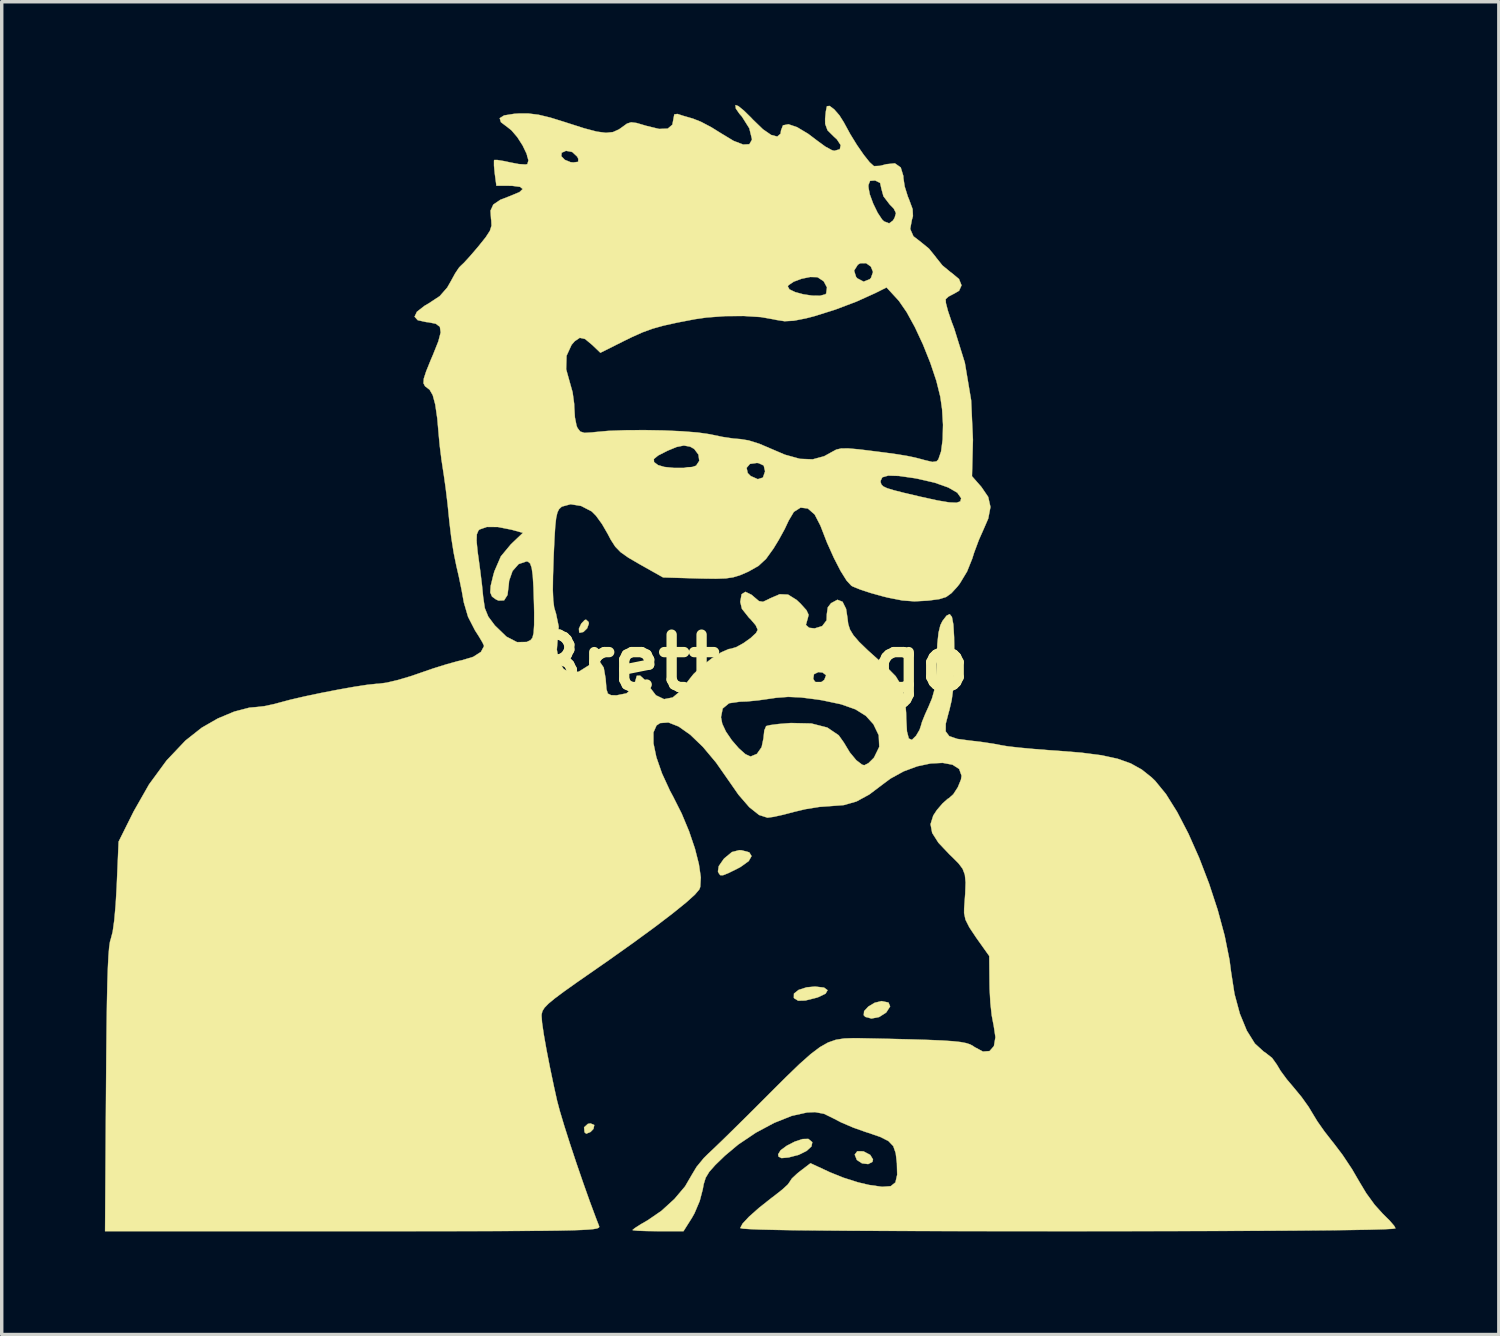
<source format=kicad_pcb>
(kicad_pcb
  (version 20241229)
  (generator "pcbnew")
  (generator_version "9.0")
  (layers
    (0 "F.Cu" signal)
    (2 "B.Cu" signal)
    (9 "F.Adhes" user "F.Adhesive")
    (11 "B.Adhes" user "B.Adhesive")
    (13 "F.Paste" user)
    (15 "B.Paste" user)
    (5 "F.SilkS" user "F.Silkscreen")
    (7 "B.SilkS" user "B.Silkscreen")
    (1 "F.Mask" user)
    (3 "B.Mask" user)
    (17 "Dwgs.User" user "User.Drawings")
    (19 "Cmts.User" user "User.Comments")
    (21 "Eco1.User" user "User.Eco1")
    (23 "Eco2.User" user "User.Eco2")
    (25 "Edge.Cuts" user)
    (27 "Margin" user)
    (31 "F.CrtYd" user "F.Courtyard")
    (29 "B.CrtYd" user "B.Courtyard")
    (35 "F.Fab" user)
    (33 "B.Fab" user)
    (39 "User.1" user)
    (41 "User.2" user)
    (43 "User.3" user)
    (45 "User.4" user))
  (footprint "Brett-Logo"
    (layer "F.Cu")
    (at 18.727 16.236)
    (property "Reference" "Brett-Logo" (at 0 0 0) (layer "F.SilkS") (effects (font (size 1.524 1.524) (thickness 0.3))))
    (attr through_hole)
    (fp_poly (pts (xy -4.499 13.423) (xy -4.523 13.536) (xy -4.607 13.625) (xy -4.733 13.676) (xy -4.781 13.635) (xy -4.795 13.49) (xy -4.685 13.39) (xy -4.609 13.377) (xy -4.499 13.423)) (stroke (width 0.01) (type solid)) (fill yes) (layer "F.SilkS"))
    (fp_poly (pts (xy -4.664 -1.202) (xy -4.657 -1.153) (xy -4.706 -1.018) (xy -4.815 -0.912) (xy -4.92 -0.889) (xy -4.937 -0.901) (xy -4.945 -1.008) (xy -4.877 -1.154) (xy -4.778 -1.258) (xy -4.738 -1.27) (xy -4.664 -1.202)) (stroke (width 0.01) (type solid)) (fill yes) (layer "F.SilkS"))
    (fp_poly (pts (xy 3.325 14.188) (xy 3.33 14.19) (xy 3.524 14.292) (xy 3.605 14.424) (xy 3.588 14.495) (xy 3.464 14.559) (xy 3.285 14.537) (xy 3.136 14.439) (xy 3.074 14.284) (xy 3.147 14.186) (xy 3.325 14.188)) (stroke (width 0.01) (type solid)) (fill yes) (layer "F.SilkS"))
    (fp_poly (pts (xy 2.182 9.428) (xy 2.284 9.503) (xy 2.226 9.604) (xy 2.005 9.709) (xy 1.959 9.723) (xy 1.634 9.804) (xy 1.429 9.809) (xy 1.315 9.739) (xy 1.304 9.724) (xy 1.307 9.602) (xy 1.443 9.495) (xy 1.676 9.42) (xy 1.921 9.398) (xy 2.182 9.428)) (stroke (width 0.01) (type solid)) (fill yes) (layer "F.SilkS"))
    (fp_poly (pts (xy 4.055 9.862) (xy 4.103 9.975) (xy 3.994 10.145) (xy 3.982 10.157) (xy 3.784 10.283) (xy 3.562 10.327) (xy 3.383 10.28) (xy 3.336 10.231) (xy 3.347 10.112) (xy 3.47 9.979) (xy 3.654 9.869) (xy 3.851 9.821) (xy 3.857 9.821) (xy 4.055 9.862)) (stroke (width 0.01) (type solid)) (fill yes) (layer "F.SilkS"))
    (fp_poly (pts (xy 1.727 13.828) (xy 1.84 13.922) (xy 1.816 14.046) (xy 1.676 14.175) (xy 1.445 14.29) (xy 1.152 14.366) (xy 0.946 14.385) (xy 0.859 14.342) (xy 0.847 14.276) (xy 0.919 14.158) (xy 1.099 14.025) (xy 1.331 13.906) (xy 1.558 13.831) (xy 1.724 13.827) (xy 1.727 13.828)) (stroke (width 0.01) (type solid)) (fill yes) (layer "F.SilkS"))
    (fp_poly (pts (xy -0.214 5.436) (xy 0.007 5.495) (xy 0.074 5.604) (xy -0.009 5.75) (xy -0.24 5.916) (xy -0.33 5.965) (xy -0.6 6.099) (xy -0.757 6.161) (xy -0.839 6.158) (xy -0.884 6.094) (xy -0.903 6.049) (xy -0.879 5.896) (xy -0.737 5.691) (xy -0.711 5.664) (xy -0.495 5.486) (xy -0.282 5.432) (xy -0.214 5.436)) (stroke (width 0.01) (type solid)) (fill yes) (layer "F.SilkS"))
    (fp_poly (pts (xy -0.311 -16.202) (xy -0.15 -16.072) (xy 0.06 -15.866) (xy 0.114 -15.808) (xy 0.405 -15.527) (xy 0.646 -15.361) (xy 0.821 -15.316) (xy 0.918 -15.398) (xy 0.931 -15.494) (xy 0.988 -15.642) (xy 1.147 -15.673) (xy 1.396 -15.589) (xy 1.719 -15.396) (xy 1.998 -15.185) (xy 2.22 -15.023) (xy 2.408 -14.921) (xy 2.48 -14.901) (xy 2.641 -14.947) (xy 2.666 -15.066) (xy 2.555 -15.235) (xy 2.465 -15.317) (xy 2.283 -15.498) (xy 2.215 -15.684) (xy 2.213 -15.833) (xy 2.235 -16.051) (xy 2.264 -16.191) (xy 2.267 -16.198) (xy 2.344 -16.206) (xy 2.477 -16.106) (xy 2.628 -15.933) (xy 2.761 -15.722) (xy 2.769 -15.706) (xy 2.943 -15.387) (xy 3.14 -15.067) (xy 3.337 -14.783) (xy 3.507 -14.569) (xy 3.626 -14.461) (xy 3.641 -14.456) (xy 3.811 -14.464) (xy 3.994 -14.512) (xy 4.241 -14.537) (xy 4.411 -14.418) (xy 4.487 -14.169) (xy 4.489 -14.108) (xy 4.526 -13.864) (xy 4.617 -13.573) (xy 4.655 -13.481) (xy 4.756 -13.207) (xy 4.766 -13.003) (xy 4.736 -12.898) (xy 4.686 -12.63) (xy 4.779 -12.418) (xy 5.004 -12.243) (xy 5.23 -12.059) (xy 5.423 -11.822) (xy 5.433 -11.806) (xy 5.623 -11.569) (xy 5.866 -11.368) (xy 5.89 -11.353) (xy 6.105 -11.174) (xy 6.179 -10.991) (xy 6.108 -10.833) (xy 5.977 -10.756) (xy 5.801 -10.664) (xy 5.718 -10.589) (xy 5.724 -10.476) (xy 5.784 -10.246) (xy 5.888 -9.938) (xy 5.964 -9.738) (xy 6.275 -8.74) (xy 6.458 -7.651) (xy 6.51 -6.499) (xy 6.507 -6.382) (xy 6.483 -5.44) (xy 6.755 -5.13) (xy 6.954 -4.839) (xy 7.02 -4.545) (xy 6.955 -4.208) (xy 6.827 -3.913) (xy 6.682 -3.586) (xy 6.543 -3.212) (xy 6.491 -3.046) (xy 6.34 -2.67) (xy 6.126 -2.316) (xy 6.058 -2.229) (xy 5.885 -2.04) (xy 5.731 -1.929) (xy 5.537 -1.868) (xy 5.243 -1.828) (xy 5.185 -1.822) (xy 4.81 -1.802) (xy 4.455 -1.829) (xy 4.043 -1.91) (xy 3.893 -1.947) (xy 3.54 -2.045) (xy 3.23 -2.147) (xy 3.017 -2.234) (xy 2.977 -2.256) (xy 2.838 -2.406) (xy 2.663 -2.686) (xy 2.468 -3.065) (xy 2.267 -3.513) (xy 2.079 -3.998) (xy 2.075 -4.007) (xy 1.91 -4.327) (xy 1.71 -4.502) (xy 1.5 -4.528) (xy 1.303 -4.403) (xy 1.152 -4.148) (xy 1.036 -3.901) (xy 0.865 -3.59) (xy 0.715 -3.343) (xy 0.496 -3.038) (xy 0.275 -2.833) (xy -0.013 -2.67) (xy -0.052 -2.652) (xy -0.266 -2.56) (xy -0.459 -2.502) (xy -0.676 -2.47) (xy -0.961 -2.46) (xy -1.358 -2.465) (xy -1.505 -2.469) (xy -2.498 -2.498) (xy -3.175 -2.879) (xy -3.508 -3.073) (xy -3.733 -3.232) (xy -3.889 -3.393) (xy -4.021 -3.598) (xy -4.106 -3.761) (xy -4.272 -4.048) (xy -4.447 -4.29) (xy -4.572 -4.416) (xy -4.881 -4.576) (xy -5.187 -4.626) (xy -5.437 -4.558) (xy -5.459 -4.543) (xy -5.524 -4.481) (xy -5.571 -4.385) (xy -5.607 -4.229) (xy -5.634 -3.987) (xy -5.656 -3.631) (xy -5.679 -3.135) (xy -5.681 -3.082) (xy -5.699 -2.535) (xy -5.704 -2.129) (xy -5.692 -1.835) (xy -5.665 -1.624) (xy -5.619 -1.468) (xy -5.613 -1.454) (xy -5.533 -1.07) (xy -5.555 -0.815) (xy -5.587 -0.397) (xy -5.527 -0.065) (xy -5.391 0.164) (xy -5.194 0.272) (xy -4.952 0.243) (xy -4.73 0.105) (xy -4.5 -0.042) (xy -4.333 -0.036) (xy -4.224 0.125) (xy -4.169 0.445) (xy -4.165 0.496) (xy -4.145 0.751) (xy -4.104 0.88) (xy -4.011 0.926) (xy -3.854 0.931) (xy -3.564 0.873) (xy -3.368 0.714) (xy -3.302 0.502) (xy -3.263 0.362) (xy -3.164 0.358) (xy -3.029 0.482) (xy -2.921 0.649) (xy -2.708 0.928) (xy -2.47 1.042) (xy -2.219 0.993) (xy -1.964 0.781) (xy -1.783 0.527) (xy -1.722 0.45) (xy 1.867 0.45) (xy 1.919 0.536) (xy 2.049 0.587) (xy 2.19 0.479) (xy 2.241 0.345) (xy 2.139 0.267) (xy 2.018 0.254) (xy 1.889 0.316) (xy 1.867 0.45) (xy -1.722 0.45) (xy -1.614 0.313) (xy -1.365 0.078) (xy -1.083 -0.144) (xy -0.81 -0.319) (xy -0.59 -0.415) (xy -0.53 -0.423) (xy -0.37 -0.471) (xy -0.159 -0.588) (xy 0.051 -0.738) (xy 0.205 -0.883) (xy 0.254 -0.974) (xy 0.195 -1.107) (xy 0.048 -1.28) (xy 0 -1.326) (xy -0.206 -1.586) (xy -0.254 -1.787) (xy -0.215 -2.009) (xy -0.104 -2.079) (xy 0.072 -1.994) (xy 0.139 -1.937) (xy 0.29 -1.809) (xy 0.407 -1.789) (xy 0.573 -1.867) (xy 0.605 -1.885) (xy 0.893 -2.009) (xy 1.136 -1.998) (xy 1.382 -1.845) (xy 1.495 -1.739) (xy 1.67 -1.545) (xy 1.733 -1.41) (xy 1.703 -1.288) (xy 1.701 -1.285) (xy 1.654 -1.117) (xy 1.749 -1.033) (xy 1.909 -1.016) (xy 2.128 -1.083) (xy 2.256 -1.251) (xy 2.263 -1.434) (xy 2.291 -1.627) (xy 2.385 -1.748) (xy 2.571 -1.848) (xy 2.72 -1.79) (xy 2.822 -1.584) (xy 2.862 -1.323) (xy 2.884 -1.144) (xy 2.935 -0.983) (xy 3.035 -0.817) (xy 3.202 -0.623) (xy 3.455 -0.378) (xy 3.811 -0.059) (xy 4.005 0.111) (xy 4.265 0.375) (xy 4.435 0.654) (xy 4.53 0.994) (xy 4.568 1.439) (xy 4.571 1.609) (xy 4.592 1.979) (xy 4.646 2.185) (xy 4.735 2.226) (xy 4.857 2.106) (xy 4.959 1.933) (xy 4.996 1.823) (xy 5.03 1.704) (xy 5.118 1.486) (xy 5.216 1.27) (xy 5.319 1.024) (xy 5.387 0.784) (xy 5.428 0.498) (xy 5.45 0.118) (xy 5.457 -0.102) (xy 5.476 -0.564) (xy 5.51 -0.888) (xy 5.564 -1.108) (xy 5.624 -1.23) (xy 5.745 -1.387) (xy 5.836 -1.43) (xy 5.9 -1.347) (xy 5.941 -1.128) (xy 5.963 -0.761) (xy 5.969 -0.247) (xy 5.962 0.304) (xy 5.938 0.727) (xy 5.893 1.067) (xy 5.824 1.364) (xy 5.808 1.415) (xy 5.72 1.755) (xy 5.718 1.979) (xy 5.822 2.117) (xy 6.055 2.197) (xy 6.419 2.246) (xy 6.774 2.288) (xy 7.117 2.34) (xy 7.324 2.38) (xy 7.529 2.414) (xy 7.863 2.452) (xy 8.286 2.491) (xy 8.756 2.528) (xy 8.941 2.54) (xy 9.666 2.598) (xy 10.249 2.673) (xy 10.718 2.775) (xy 11.098 2.91) (xy 11.418 3.088) (xy 11.705 3.317) (xy 11.807 3.415) (xy 12.122 3.8) (xy 12.449 4.323) (xy 12.775 4.951) (xy 13.088 5.656) (xy 13.376 6.406) (xy 13.627 7.171) (xy 13.829 7.919) (xy 13.97 8.622) (xy 14.016 8.975) (xy 14.115 9.611) (xy 14.271 10.188) (xy 14.472 10.677) (xy 14.707 11.054) (xy 14.966 11.291) (xy 14.998 11.309) (xy 15.207 11.472) (xy 15.347 11.667) (xy 15.455 11.849) (xy 15.638 12.097) (xy 15.83 12.324) (xy 16.061 12.604) (xy 16.268 12.893) (xy 16.383 13.084) (xy 16.523 13.315) (xy 16.731 13.611) (xy 16.966 13.912) (xy 16.986 13.935) (xy 17.256 14.291) (xy 17.532 14.706) (xy 17.736 15.057) (xy 17.944 15.404) (xy 18.189 15.741) (xy 18.419 15.996) (xy 18.424 16.002) (xy 18.623 16.198) (xy 18.758 16.355) (xy 18.796 16.427) (xy 18.712 16.441) (xy 18.461 16.454) (xy 18.046 16.466) (xy 17.469 16.476) (xy 16.734 16.485) (xy 15.843 16.493) (xy 14.798 16.499) (xy 13.602 16.504) (xy 12.257 16.507) (xy 10.767 16.509) (xy 9.271 16.51) (xy 7.668 16.509) (xy 6.228 16.508) (xy 4.948 16.505) (xy 3.822 16.501) (xy 2.845 16.496) (xy 2.012 16.489) (xy 1.317 16.482) (xy 0.757 16.472) (xy 0.324 16.462) (xy 0.016 16.449) (xy -0.175 16.436) (xy -0.252 16.42) (xy -0.254 16.417) (xy -0.187 16.29) (xy 0.001 16.089) (xy 0.288 15.834) (xy 0.655 15.543) (xy 0.741 15.479) (xy 0.969 15.299) (xy 1.129 15.152) (xy 1.185 15.072) (xy 1.247 14.978) (xy 1.403 14.832) (xy 1.487 14.765) (xy 1.788 14.535) (xy 2.355 14.798) (xy 2.742 14.954) (xy 3.173 15.091) (xy 3.487 15.165) (xy 3.871 15.22) (xy 4.119 15.202) (xy 4.257 15.092) (xy 4.308 14.871) (xy 4.3 14.534) (xy 4.266 14.242) (xy 4.195 14.038) (xy 4.056 13.891) (xy 3.819 13.77) (xy 3.451 13.644) (xy 3.39 13.625) (xy 3.034 13.499) (xy 2.681 13.348) (xy 2.468 13.237) (xy 2.182 13.097) (xy 1.92 13.048) (xy 1.688 13.058) (xy 1.242 13.157) (xy 0.731 13.361) (xy 0.197 13.647) (xy -0.315 13.992) (xy -0.703 14.317) (xy -0.98 14.585) (xy -1.156 14.784) (xy -1.26 14.956) (xy -1.318 15.143) (xy -1.345 15.293) (xy -1.434 15.633) (xy -1.584 15.987) (xy -1.658 16.119) (xy -1.905 16.51) (xy -2.646 16.51) (xy -2.976 16.506) (xy -3.231 16.497) (xy -3.371 16.483) (xy -3.387 16.476) (xy -3.319 16.42) (xy -3.144 16.308) (xy -2.942 16.191) (xy -2.546 15.919) (xy -2.169 15.575) (xy -1.858 15.207) (xy -1.661 14.869) (xy -1.524 14.64) (xy -1.313 14.383) (xy -1.178 14.25) (xy -1.014 14.096) (xy -0.753 13.845) (xy -0.419 13.517) (xy -0.032 13.135) (xy 0.383 12.721) (xy 0.585 12.518) (xy 1.076 12.029) (xy 1.471 11.648) (xy 1.792 11.363) (xy 2.06 11.16) (xy 2.298 11.025) (xy 2.527 10.945) (xy 2.769 10.907) (xy 3.045 10.898) (xy 3.217 10.9) (xy 4.028 10.917) (xy 4.687 10.933) (xy 5.211 10.949) (xy 5.619 10.966) (xy 5.927 10.987) (xy 6.152 11.011) (xy 6.314 11.042) (xy 6.427 11.079) (xy 6.512 11.124) (xy 6.554 11.155) (xy 6.802 11.288) (xy 6.995 11.273) (xy 7.121 11.128) (xy 7.165 10.87) (xy 7.112 10.516) (xy 7.105 10.489) (xy 7.057 10.234) (xy 7.018 9.874) (xy 6.996 9.47) (xy 6.993 9.313) (xy 6.985 8.509) (xy 6.608 7.979) (xy 6.406 7.676) (xy 6.294 7.453) (xy 6.254 7.261) (xy 6.255 7.132) (xy 6.287 6.686) (xy 6.298 6.37) (xy 6.276 6.146) (xy 6.211 5.974) (xy 6.093 5.817) (xy 5.911 5.634) (xy 5.829 5.556) (xy 5.507 5.216) (xy 5.326 4.931) (xy 5.278 4.677) (xy 5.357 4.426) (xy 5.462 4.266) (xy 5.629 4.072) (xy 5.775 3.942) (xy 5.812 3.921) (xy 5.94 3.807) (xy 6.071 3.604) (xy 6.162 3.383) (xy 6.181 3.27) (xy 6.11 3.071) (xy 5.917 2.947) (xy 5.631 2.894) (xy 5.279 2.911) (xy 4.891 2.994) (xy 4.494 3.141) (xy 4.116 3.349) (xy 3.923 3.492) (xy 3.497 3.813) (xy 3.124 4.016) (xy 2.758 4.121) (xy 2.395 4.149) (xy 2.048 4.174) (xy 1.639 4.24) (xy 1.312 4.318) (xy 0.992 4.402) (xy 0.715 4.463) (xy 0.539 4.487) (xy 0.536 4.487) (xy 0.293 4.409) (xy 0.008 4.182) (xy -0.307 3.818) (xy -0.574 3.434) (xy -0.957 2.886) (xy -1.339 2.43) (xy -1.707 2.076) (xy -2.047 1.836) (xy -2.344 1.719) (xy -2.586 1.737) (xy -2.69 1.807) (xy -2.779 2.009) (xy -2.778 2.325) (xy -2.694 2.73) (xy -2.531 3.199) (xy -2.297 3.707) (xy -2.207 3.874) (xy -1.957 4.37) (xy -1.743 4.883) (xy -1.573 5.384) (xy -1.457 5.841) (xy -1.402 6.223) (xy -1.418 6.5) (xy -1.445 6.573) (xy -1.572 6.723) (xy -1.833 6.958) (xy -2.219 7.27) (xy -2.722 7.654) (xy -3.334 8.102) (xy -4.045 8.608) (xy -4.487 8.916) (xy -4.991 9.266) (xy -5.371 9.536) (xy -5.646 9.741) (xy -5.832 9.895) (xy -5.946 10.013) (xy -6.006 10.11) (xy -6.029 10.2) (xy -6.032 10.247) (xy -6.017 10.448) (xy -5.968 10.785) (xy -5.89 11.226) (xy -5.789 11.744) (xy -5.671 12.307) (xy -5.58 12.718) (xy -5.499 13.022) (xy -5.371 13.449) (xy -5.208 13.961) (xy -5.022 14.522) (xy -4.824 15.097) (xy -4.628 15.649) (xy -4.445 16.141) (xy -4.359 16.362) (xy -4.355 16.388) (xy -4.373 16.411) (xy -4.423 16.431) (xy -4.516 16.448) (xy -4.662 16.462) (xy -4.871 16.474) (xy -5.155 16.484) (xy -5.523 16.492) (xy -5.985 16.498) (xy -6.553 16.502) (xy -7.237 16.506) (xy -8.047 16.508) (xy -8.993 16.509) (xy -10.087 16.51) (xy -11.338 16.51) (xy -11.511 16.51) (xy -18.722 16.51) (xy -18.694 12.383) (xy -18.686 11.386) (xy -18.677 10.546) (xy -18.667 9.85) (xy -18.655 9.286) (xy -18.64 8.841) (xy -18.623 8.502) (xy -18.603 8.258) (xy -18.579 8.094) (xy -18.552 8.001) (xy -18.501 7.806) (xy -18.454 7.468) (xy -18.414 7.015) (xy -18.383 6.472) (xy -18.383 6.466) (xy -18.328 5.184) (xy -17.891 4.307) (xy -17.443 3.52) (xy -16.933 2.824) (xy -16.385 2.246) (xy -15.913 1.873) (xy -15.447 1.605) (xy -15.351 1.565) (xy -0.815 1.565) (xy -0.778 1.757) (xy -0.672 1.984) (xy -0.5 2.236) (xy -0.298 2.469) (xy -0.104 2.642) (xy 0.045 2.709) (xy 0.046 2.709) (xy 0.23 2.633) (xy 0.367 2.437) (xy 0.423 2.169) (xy 0.423 2.158) (xy 0.445 1.95) (xy 0.497 1.828) (xy 0.503 1.823) (xy 0.622 1.795) (xy 0.861 1.764) (xy 1.172 1.739) (xy 1.22 1.736) (xy 1.812 1.749) (xy 2.275 1.867) (xy 2.607 2.091) (xy 2.757 2.302) (xy 2.93 2.589) (xy 3.119 2.817) (xy 3.289 2.947) (xy 3.353 2.963) (xy 3.474 2.902) (xy 3.624 2.753) (xy 3.635 2.74) (xy 3.787 2.428) (xy 3.772 2.091) (xy 3.617 1.769) (xy 3.398 1.527) (xy 3.094 1.337) (xy 2.677 1.19) (xy 2.124 1.073) (xy 1.974 1.05) (xy 1.51 0.991) (xy 1.14 0.975) (xy 0.794 1.001) (xy 0.615 1.027) (xy 0.269 1.076) (xy -0.058 1.108) (xy -0.265 1.115) (xy -0.579 1.16) (xy -0.765 1.313) (xy -0.815 1.565) (xy -15.351 1.565) (xy -14.967 1.404) (xy -14.526 1.289) (xy -14.309 1.27) (xy -14.095 1.246) (xy -13.808 1.185) (xy -13.668 1.147) (xy -13.33 1.057) (xy -12.902 0.958) (xy -12.425 0.858) (xy -11.939 0.764) (xy -11.483 0.683) (xy -11.099 0.624) (xy -10.826 0.595) (xy -10.767 0.593) (xy -10.539 0.563) (xy -10.207 0.485) (xy -9.824 0.371) (xy -9.593 0.291) (xy -9.191 0.152) (xy -8.797 0.029) (xy -8.469 -0.062) (xy -8.34 -0.091) (xy -8.017 -0.189) (xy -7.794 -0.332) (xy -7.705 -0.498) (xy -7.705 -0.51) (xy -7.748 -0.605) (xy -7.859 -0.792) (xy -7.966 -0.958) (xy -8.168 -1.351) (xy -8.291 -1.77) (xy -8.296 -1.798) (xy -8.354 -2.122) (xy -8.435 -2.516) (xy -8.509 -2.836) (xy -8.586 -3.214) (xy -8.64 -3.554) (xy -7.921 -3.554) (xy -7.89 -3.24) (xy -7.867 -3.078) (xy -7.813 -2.677) (xy -7.763 -2.266) (xy -7.73 -1.933) (xy -7.73 -1.933) (xy -7.682 -1.606) (xy -7.581 -1.358) (xy -7.389 -1.101) (xy -7.388 -1.1) (xy -7.053 -0.776) (xy -6.744 -0.616) (xy -6.464 -0.621) (xy -6.352 -0.674) (xy -6.297 -0.742) (xy -6.262 -0.881) (xy -6.247 -1.118) (xy -6.246 -1.482) (xy -6.251 -1.71) (xy -6.266 -2.203) (xy -6.287 -2.55) (xy -6.318 -2.775) (xy -6.363 -2.903) (xy -6.427 -2.957) (xy -6.473 -2.963) (xy -6.698 -2.886) (xy -6.876 -2.684) (xy -6.975 -2.401) (xy -6.984 -2.298) (xy -7.022 -1.987) (xy -7.121 -1.831) (xy -7.284 -1.825) (xy -7.357 -1.858) (xy -7.472 -1.942) (xy -7.523 -2.061) (xy -7.51 -2.252) (xy -7.437 -2.553) (xy -7.403 -2.674) (xy -7.215 -3.109) (xy -6.922 -3.462) (xy -6.573 -3.794) (xy -6.906 -3.886) (xy -7.301 -3.964) (xy -7.622 -3.966) (xy -7.834 -3.892) (xy -7.867 -3.861) (xy -7.914 -3.75) (xy -7.921 -3.554) (xy -8.64 -3.554) (xy -8.658 -3.672) (xy -8.712 -4.121) (xy -8.719 -4.191) (xy -8.763 -4.629) (xy -8.819 -5.092) (xy -8.848 -5.3) (xy 3.823 -5.3) (xy 3.827 -5.265) (xy 3.849 -5.199) (xy 3.902 -5.145) (xy 4.014 -5.092) (xy 4.21 -5.032) (xy 4.517 -4.954) (xy 4.961 -4.85) (xy 4.995 -4.842) (xy 5.479 -4.736) (xy 5.819 -4.679) (xy 6.034 -4.67) (xy 6.144 -4.708) (xy 6.167 -4.794) (xy 6.166 -4.805) (xy 6.055 -4.962) (xy 5.794 -5.113) (xy 5.401 -5.252) (xy 4.894 -5.369) (xy 4.811 -5.384) (xy 4.356 -5.449) (xy 4.049 -5.458) (xy 3.875 -5.409) (xy 3.823 -5.3) (xy -8.848 -5.3) (xy -8.875 -5.49) (xy -8.884 -5.546) (xy -8.941 -5.923) (xy -8.943 -5.94) (xy -2.767 -5.94) (xy -2.761 -5.852) (xy -2.646 -5.764) (xy -2.462 -5.71) (xy -2.188 -5.682) (xy -1.892 -5.682) (xy -1.875 -5.684) (xy -0.07 -5.684) (xy -0.037 -5.532) (xy 0.048 -5.446) (xy 0.256 -5.354) (xy 0.405 -5.401) (xy 0.466 -5.578) (xy 0.466 -5.589) (xy 0.428 -5.751) (xy 0.284 -5.819) (xy 0.232 -5.827) (xy 0.027 -5.798) (xy -0.07 -5.684) (xy -1.875 -5.684) (xy -1.645 -5.71) (xy -1.538 -5.747) (xy -1.446 -5.887) (xy -1.47 -6.069) (xy -1.593 -6.233) (xy -1.712 -6.3) (xy -1.895 -6.333) (xy -2.105 -6.291) (xy -2.368 -6.182) (xy -2.641 -6.043) (xy -2.767 -5.94) (xy -8.943 -5.94) (xy -8.989 -6.305) (xy -9.014 -6.562) (xy -9.063 -7.119) (xy -9.122 -7.525) (xy -9.195 -7.797) (xy -9.285 -7.953) (xy -9.325 -7.985) (xy -9.419 -8.057) (xy -9.464 -8.143) (xy -9.455 -8.278) (xy -9.386 -8.491) (xy -9.361 -8.552) (xy -5.317 -8.552) (xy -5.207 -8.157) (xy -5.129 -7.88) (xy -5.084 -7.548) (xy -5.08 -7.435) (xy -5.062 -7.15) (xy -5.015 -6.913) (xy -4.987 -6.843) (xy -4.907 -6.739) (xy -4.782 -6.7) (xy -4.557 -6.714) (xy -4.493 -6.722) (xy -4.097 -6.758) (xy -3.601 -6.777) (xy -3.05 -6.781) (xy -2.485 -6.771) (xy -1.952 -6.747) (xy -1.492 -6.711) (xy -1.15 -6.662) (xy -1.101 -6.652) (xy -0.763 -6.582) (xy -0.446 -6.535) (xy -0.254 -6.52) (xy -0.012 -6.481) (xy 0.296 -6.385) (xy 0.508 -6.295) (xy 1.044 -6.066) (xy 1.482 -5.945) (xy 1.852 -5.931) (xy 2.185 -6.021) (xy 2.417 -6.149) (xy 2.539 -6.215) (xy 2.681 -6.247) (xy 2.883 -6.249) (xy 3.188 -6.222) (xy 3.412 -6.195) (xy 3.929 -6.13) (xy 4.314 -6.077) (xy 4.604 -6.029) (xy 4.833 -5.981) (xy 5.04 -5.927) (xy 5.108 -5.908) (xy 5.331 -5.855) (xy 5.452 -5.872) (xy 5.505 -5.929) (xy 5.585 -6.161) (xy 5.631 -6.513) (xy 5.641 -6.937) (xy 5.614 -7.388) (xy 5.562 -7.753) (xy 5.447 -8.215) (xy 5.273 -8.734) (xy 5.059 -9.269) (xy 4.823 -9.775) (xy 4.584 -10.211) (xy 4.361 -10.534) (xy 4.316 -10.585) (xy 3.999 -10.929) (xy 3.671 -10.765) (xy 3.12 -10.516) (xy 2.5 -10.282) (xy 1.897 -10.093) (xy 1.657 -10.031) (xy 1.3 -9.961) (xy 1.033 -9.947) (xy 0.786 -9.986) (xy 0.738 -9.998) (xy 0.348 -10.067) (xy -0.149 -10.099) (xy -0.696 -10.095) (xy -1.233 -10.055) (xy -1.566 -10.007) (xy -2.087 -9.907) (xy -2.486 -9.819) (xy -2.808 -9.729) (xy -3.098 -9.623) (xy -3.402 -9.487) (xy -3.621 -9.38) (xy -4.321 -9.03) (xy -4.557 -9.256) (xy -4.765 -9.429) (xy -4.92 -9.465) (xy -5.068 -9.365) (xy -5.159 -9.26) (xy -5.305 -8.942) (xy -5.317 -8.552) (xy -9.361 -8.552) (xy -9.255 -8.815) (xy -9.185 -8.978) (xy -9.032 -9.362) (xy -8.964 -9.622) (xy -8.988 -9.785) (xy -9.108 -9.874) (xy -9.329 -9.918) (xy -9.383 -9.922) (xy -9.632 -9.977) (xy -9.723 -10.079) (xy -9.656 -10.221) (xy -9.433 -10.395) (xy -9.311 -10.466) (xy -8.992 -10.676) (xy -8.773 -10.926) (xy -8.754 -10.96) (xy 1.127 -10.96) (xy 1.175 -10.873) (xy 1.342 -10.793) (xy 1.579 -10.729) (xy 1.837 -10.691) (xy 2.067 -10.688) (xy 2.219 -10.729) (xy 2.244 -10.753) (xy 2.267 -10.929) (xy 2.172 -11.108) (xy 1.996 -11.224) (xy 1.98 -11.228) (xy 1.779 -11.233) (xy 1.53 -11.182) (xy 1.299 -11.096) (xy 1.149 -10.995) (xy 1.127 -10.96) (xy -8.754 -10.96) (xy -8.672 -11.103) (xy -8.542 -11.34) (xy -8.489 -11.418) (xy 3.055 -11.418) (xy 3.113 -11.235) (xy 3.15 -11.193) (xy 3.333 -11.097) (xy 3.51 -11.168) (xy 3.547 -11.208) (xy 3.606 -11.378) (xy 3.543 -11.536) (xy 3.404 -11.635) (xy 3.234 -11.632) (xy 3.164 -11.59) (xy 3.055 -11.418) (xy -8.489 -11.418) (xy -8.428 -11.509) (xy -8.381 -11.557) (xy -8.288 -11.645) (xy -8.12 -11.828) (xy -7.912 -12.07) (xy -7.869 -12.121) (xy -7.654 -12.389) (xy -7.533 -12.576) (xy -7.486 -12.725) (xy -7.493 -12.88) (xy -7.5 -12.92) (xy -7.515 -13.162) (xy -7.434 -13.338) (xy -7.232 -13.476) (xy -6.935 -13.591) (xy -6.674 -13.7) (xy -6.58 -13.789) (xy -6.644 -13.846) (xy 3.471 -13.846) (xy 3.511 -13.636) (xy 3.61 -13.367) (xy 3.739 -13.101) (xy 3.87 -12.903) (xy 3.927 -12.849) (xy 4.075 -12.792) (xy 4.185 -12.873) (xy 4.234 -12.955) (xy 4.273 -13.09) (xy 4.209 -13.221) (xy 4.089 -13.344) (xy 3.909 -13.58) (xy 3.852 -13.788) (xy 3.812 -13.968) (xy 3.667 -14.039) (xy 3.662 -14.039) (xy 3.52 -14.028) (xy 3.473 -13.909) (xy 3.471 -13.846) (xy -6.644 -13.846) (xy -6.653 -13.853) (xy -6.89 -13.884) (xy -6.979 -13.885) (xy -7.344 -13.885) (xy -7.392 -14.244) (xy -7.414 -14.47) (xy -7.414 -14.614) (xy -7.407 -14.634) (xy -7.314 -14.634) (xy -7.11 -14.6) (xy -6.951 -14.565) (xy -6.694 -14.516) (xy -6.502 -14.503) (xy -6.444 -14.514) (xy -6.413 -14.623) (xy -6.447 -14.745) (xy -5.458 -14.745) (xy -5.355 -14.639) (xy -5.188 -14.571) (xy -5.109 -14.563) (xy -4.967 -14.581) (xy -4.963 -14.666) (xy -4.995 -14.732) (xy -5.137 -14.865) (xy -5.321 -14.902) (xy -5.446 -14.846) (xy -5.458 -14.745) (xy -6.447 -14.745) (xy -6.467 -14.818) (xy -6.582 -15.058) (xy -6.736 -15.298) (xy -6.906 -15.497) (xy -7.014 -15.583) (xy -7.213 -15.734) (xy -7.248 -15.85) (xy -7.12 -15.93) (xy -6.827 -15.977) (xy -6.699 -15.985) (xy -6.408 -15.985) (xy -6.117 -15.949) (xy -5.777 -15.867) (xy -5.336 -15.73) (xy -5.275 -15.71) (xy -4.787 -15.554) (xy -4.425 -15.459) (xy -4.158 -15.424) (xy -3.954 -15.446) (xy -3.783 -15.523) (xy -3.686 -15.591) (xy -3.547 -15.692) (xy -3.427 -15.73) (xy -3.268 -15.71) (xy -3.01 -15.634) (xy -2.995 -15.629) (xy -2.614 -15.537) (xy -2.362 -15.547) (xy -2.229 -15.66) (xy -2.201 -15.805) (xy -2.172 -15.96) (xy -2.08 -15.973) (xy -1.921 -15.921) (xy -1.686 -15.853) (xy -1.635 -15.839) (xy -1.396 -15.744) (xy -1.092 -15.584) (xy -0.814 -15.411) (xy -0.448 -15.19) (xy -0.17 -15.083) (xy 0.011 -15.093) (xy 0.084 -15.22) (xy 0.085 -15.246) (xy 0.009 -15.556) (xy -0.204 -15.894) (xy -0.279 -15.98) (xy -0.383 -16.131) (xy -0.393 -16.23) (xy -0.392 -16.231) (xy -0.311 -16.202)) (stroke (width 0.01) (type solid)) (fill yes) (layer "F.SilkS")))
  (gr_rect
    (start -3 -3)
    (end 40.528 35.751)
    (stroke (width 0.1) (type default))
    (fill no)
    (layer "Edge.Cuts")))
</source>
